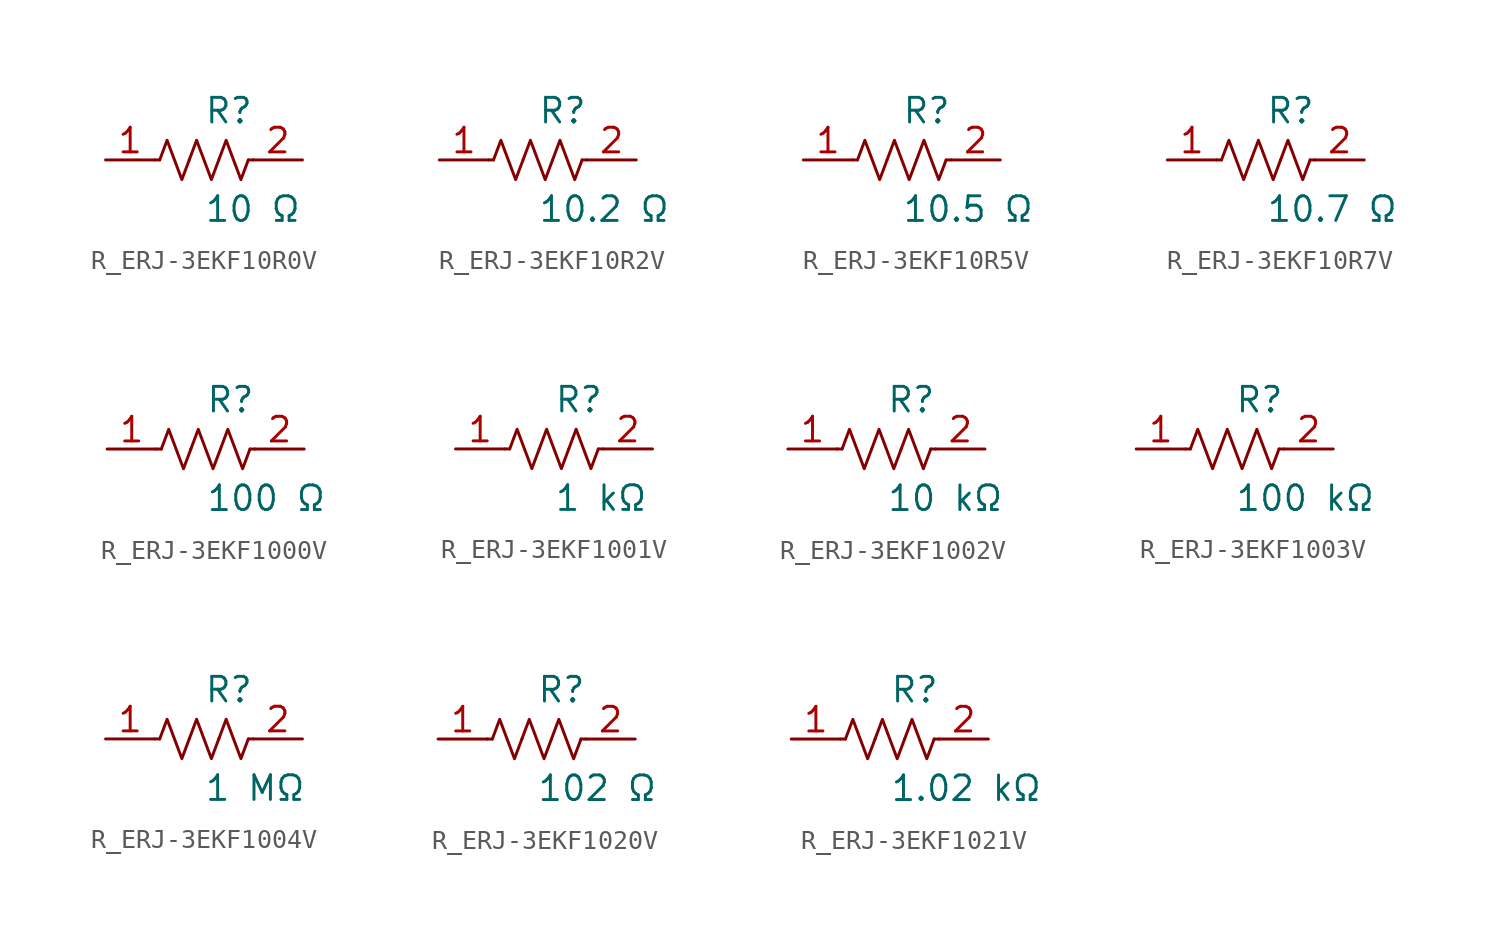
<source format=kicad_sym>
(kicad_symbol_lib
  (version 20231120)
  (generator kicad_symbol_editor)
  (generator_version 8.0)
  (symbol "R_ERJ-3EKF10R0V"
    (pin_names
      (offset 0.254))
    (property "Reference" "R"
      (at 0.0 2.54 0)
      (effects (font (size 1.27 1.27)) (justify left)))
    (property "Value" "10 Ω"
      (at 0.0 -2.54 0)
      (effects (font (size 1.27 1.27)) (justify left)))
    (symbol "R_ERJ-3EKF10R0V_0_1"
      (polyline (pts (xy 2.286 0) (xy 2.54 0)) (stroke (width 0) (type default)) (fill (type none)))
      (polyline (pts (xy -2.286 0) (xy -2.54 0)) (stroke (width 0) (type default)) (fill (type none)))
      (polyline (pts (xy 0.762 0) (xy 1.143 1.016) (xy 1.524 0) (xy 1.905 -1.016) (xy 2.286 0)) (stroke (width 0) (type default)) (fill (type none)))
      (polyline (pts (xy -0.762 0) (xy -0.381 1.016) (xy 0 0) (xy 0.381 -1.016) (xy 0.762 0)) (stroke (width 0) (type default)) (fill (type none)))
      (polyline (pts (xy -2.286 0) (xy -1.905 1.016) (xy -1.524 0) (xy -1.143 -1.016) (xy -0.762 0)) (stroke (width 0) (type default)) (fill (type none))))
    (pin unspecified line
      (at -5.08 0 0)
      (length 2.54)
      (name "" (effects (font (size 1.27 1.27))))
      (number "1" (effects (font (size 1.27 1.27)))))
    (pin unspecified line
      (at 5.08 0 180)
      (length 2.54)
      (name "" (effects (font (size 1.27 1.27))))
      (number "2" (effects (font (size 1.27 1.27))))))
  (symbol "R_ERJ-3EKF10R2V"
    (pin_names
      (offset 0.254))
    (property "Reference" "R"
      (at 0.0 2.54 0)
      (effects (font (size 1.27 1.27)) (justify left)))
    (property "Value" "10.2 Ω"
      (at 0.0 -2.54 0)
      (effects (font (size 1.27 1.27)) (justify left)))
    (symbol "R_ERJ-3EKF10R2V_0_1"
      (polyline (pts (xy 2.286 0) (xy 2.54 0)) (stroke (width 0) (type default)) (fill (type none)))
      (polyline (pts (xy -2.286 0) (xy -2.54 0)) (stroke (width 0) (type default)) (fill (type none)))
      (polyline (pts (xy 0.762 0) (xy 1.143 1.016) (xy 1.524 0) (xy 1.905 -1.016) (xy 2.286 0)) (stroke (width 0) (type default)) (fill (type none)))
      (polyline (pts (xy -0.762 0) (xy -0.381 1.016) (xy 0 0) (xy 0.381 -1.016) (xy 0.762 0)) (stroke (width 0) (type default)) (fill (type none)))
      (polyline (pts (xy -2.286 0) (xy -1.905 1.016) (xy -1.524 0) (xy -1.143 -1.016) (xy -0.762 0)) (stroke (width 0) (type default)) (fill (type none))))
    (pin unspecified line
      (at -5.08 0 0)
      (length 2.54)
      (name "" (effects (font (size 1.27 1.27))))
      (number "1" (effects (font (size 1.27 1.27)))))
    (pin unspecified line
      (at 5.08 0 180)
      (length 2.54)
      (name "" (effects (font (size 1.27 1.27))))
      (number "2" (effects (font (size 1.27 1.27))))))
  (symbol "R_ERJ-3EKF10R5V"
    (pin_names
      (offset 0.254))
    (property "Reference" "R"
      (at 0.0 2.54 0)
      (effects (font (size 1.27 1.27)) (justify left)))
    (property "Value" "10.5 Ω"
      (at 0.0 -2.54 0)
      (effects (font (size 1.27 1.27)) (justify left)))
    (symbol "R_ERJ-3EKF10R5V_0_1"
      (polyline (pts (xy 2.286 0) (xy 2.54 0)) (stroke (width 0) (type default)) (fill (type none)))
      (polyline (pts (xy -2.286 0) (xy -2.54 0)) (stroke (width 0) (type default)) (fill (type none)))
      (polyline (pts (xy 0.762 0) (xy 1.143 1.016) (xy 1.524 0) (xy 1.905 -1.016) (xy 2.286 0)) (stroke (width 0) (type default)) (fill (type none)))
      (polyline (pts (xy -0.762 0) (xy -0.381 1.016) (xy 0 0) (xy 0.381 -1.016) (xy 0.762 0)) (stroke (width 0) (type default)) (fill (type none)))
      (polyline (pts (xy -2.286 0) (xy -1.905 1.016) (xy -1.524 0) (xy -1.143 -1.016) (xy -0.762 0)) (stroke (width 0) (type default)) (fill (type none))))
    (pin unspecified line
      (at -5.08 0 0)
      (length 2.54)
      (name "" (effects (font (size 1.27 1.27))))
      (number "1" (effects (font (size 1.27 1.27)))))
    (pin unspecified line
      (at 5.08 0 180)
      (length 2.54)
      (name "" (effects (font (size 1.27 1.27))))
      (number "2" (effects (font (size 1.27 1.27))))))
  (symbol "R_ERJ-3EKF10R7V"
    (pin_names
      (offset 0.254))
    (property "Reference" "R"
      (at 0.0 2.54 0)
      (effects (font (size 1.27 1.27)) (justify left)))
    (property "Value" "10.7 Ω"
      (at 0.0 -2.54 0)
      (effects (font (size 1.27 1.27)) (justify left)))
    (symbol "R_ERJ-3EKF10R7V_0_1"
      (polyline (pts (xy 2.286 0) (xy 2.54 0)) (stroke (width 0) (type default)) (fill (type none)))
      (polyline (pts (xy -2.286 0) (xy -2.54 0)) (stroke (width 0) (type default)) (fill (type none)))
      (polyline (pts (xy 0.762 0) (xy 1.143 1.016) (xy 1.524 0) (xy 1.905 -1.016) (xy 2.286 0)) (stroke (width 0) (type default)) (fill (type none)))
      (polyline (pts (xy -0.762 0) (xy -0.381 1.016) (xy 0 0) (xy 0.381 -1.016) (xy 0.762 0)) (stroke (width 0) (type default)) (fill (type none)))
      (polyline (pts (xy -2.286 0) (xy -1.905 1.016) (xy -1.524 0) (xy -1.143 -1.016) (xy -0.762 0)) (stroke (width 0) (type default)) (fill (type none))))
    (pin unspecified line
      (at -5.08 0 0)
      (length 2.54)
      (name "" (effects (font (size 1.27 1.27))))
      (number "1" (effects (font (size 1.27 1.27)))))
    (pin unspecified line
      (at 5.08 0 180)
      (length 2.54)
      (name "" (effects (font (size 1.27 1.27))))
      (number "2" (effects (font (size 1.27 1.27))))))
  (symbol "R_ERJ-3EKF1000V"
    (pin_names
      (offset 0.254))
    (property "Reference" "R"
      (at 0.0 2.54 0)
      (effects (font (size 1.27 1.27)) (justify left)))
    (property "Value" "100 Ω"
      (at 0.0 -2.54 0)
      (effects (font (size 1.27 1.27)) (justify left)))
    (symbol "R_ERJ-3EKF1000V_0_1"
      (polyline (pts (xy 2.286 0) (xy 2.54 0)) (stroke (width 0) (type default)) (fill (type none)))
      (polyline (pts (xy -2.286 0) (xy -2.54 0)) (stroke (width 0) (type default)) (fill (type none)))
      (polyline (pts (xy 0.762 0) (xy 1.143 1.016) (xy 1.524 0) (xy 1.905 -1.016) (xy 2.286 0)) (stroke (width 0) (type default)) (fill (type none)))
      (polyline (pts (xy -0.762 0) (xy -0.381 1.016) (xy 0 0) (xy 0.381 -1.016) (xy 0.762 0)) (stroke (width 0) (type default)) (fill (type none)))
      (polyline (pts (xy -2.286 0) (xy -1.905 1.016) (xy -1.524 0) (xy -1.143 -1.016) (xy -0.762 0)) (stroke (width 0) (type default)) (fill (type none))))
    (pin unspecified line
      (at -5.08 0 0)
      (length 2.54)
      (name "" (effects (font (size 1.27 1.27))))
      (number "1" (effects (font (size 1.27 1.27)))))
    (pin unspecified line
      (at 5.08 0 180)
      (length 2.54)
      (name "" (effects (font (size 1.27 1.27))))
      (number "2" (effects (font (size 1.27 1.27))))))
  (symbol "R_ERJ-3EKF1001V"
    (pin_names
      (offset 0.254))
    (property "Reference" "R"
      (at 0.0 2.54 0)
      (effects (font (size 1.27 1.27)) (justify left)))
    (property "Value" "1 kΩ"
      (at 0.0 -2.54 0)
      (effects (font (size 1.27 1.27)) (justify left)))
    (symbol "R_ERJ-3EKF1001V_0_1"
      (polyline (pts (xy 2.286 0) (xy 2.54 0)) (stroke (width 0) (type default)) (fill (type none)))
      (polyline (pts (xy -2.286 0) (xy -2.54 0)) (stroke (width 0) (type default)) (fill (type none)))
      (polyline (pts (xy 0.762 0) (xy 1.143 1.016) (xy 1.524 0) (xy 1.905 -1.016) (xy 2.286 0)) (stroke (width 0) (type default)) (fill (type none)))
      (polyline (pts (xy -0.762 0) (xy -0.381 1.016) (xy 0 0) (xy 0.381 -1.016) (xy 0.762 0)) (stroke (width 0) (type default)) (fill (type none)))
      (polyline (pts (xy -2.286 0) (xy -1.905 1.016) (xy -1.524 0) (xy -1.143 -1.016) (xy -0.762 0)) (stroke (width 0) (type default)) (fill (type none))))
    (pin unspecified line
      (at -5.08 0 0)
      (length 2.54)
      (name "" (effects (font (size 1.27 1.27))))
      (number "1" (effects (font (size 1.27 1.27)))))
    (pin unspecified line
      (at 5.08 0 180)
      (length 2.54)
      (name "" (effects (font (size 1.27 1.27))))
      (number "2" (effects (font (size 1.27 1.27))))))
  (symbol "R_ERJ-3EKF1002V"
    (pin_names
      (offset 0.254))
    (property "Reference" "R"
      (at 0.0 2.54 0)
      (effects (font (size 1.27 1.27)) (justify left)))
    (property "Value" "10 kΩ"
      (at 0.0 -2.54 0)
      (effects (font (size 1.27 1.27)) (justify left)))
    (symbol "R_ERJ-3EKF1002V_0_1"
      (polyline (pts (xy 2.286 0) (xy 2.54 0)) (stroke (width 0) (type default)) (fill (type none)))
      (polyline (pts (xy -2.286 0) (xy -2.54 0)) (stroke (width 0) (type default)) (fill (type none)))
      (polyline (pts (xy 0.762 0) (xy 1.143 1.016) (xy 1.524 0) (xy 1.905 -1.016) (xy 2.286 0)) (stroke (width 0) (type default)) (fill (type none)))
      (polyline (pts (xy -0.762 0) (xy -0.381 1.016) (xy 0 0) (xy 0.381 -1.016) (xy 0.762 0)) (stroke (width 0) (type default)) (fill (type none)))
      (polyline (pts (xy -2.286 0) (xy -1.905 1.016) (xy -1.524 0) (xy -1.143 -1.016) (xy -0.762 0)) (stroke (width 0) (type default)) (fill (type none))))
    (pin unspecified line
      (at -5.08 0 0)
      (length 2.54)
      (name "" (effects (font (size 1.27 1.27))))
      (number "1" (effects (font (size 1.27 1.27)))))
    (pin unspecified line
      (at 5.08 0 180)
      (length 2.54)
      (name "" (effects (font (size 1.27 1.27))))
      (number "2" (effects (font (size 1.27 1.27))))))
  (symbol "R_ERJ-3EKF1003V"
    (pin_names
      (offset 0.254))
    (property "Reference" "R"
      (at 0.0 2.54 0)
      (effects (font (size 1.27 1.27)) (justify left)))
    (property "Value" "100 kΩ"
      (at 0.0 -2.54 0)
      (effects (font (size 1.27 1.27)) (justify left)))
    (symbol "R_ERJ-3EKF1003V_0_1"
      (polyline (pts (xy 2.286 0) (xy 2.54 0)) (stroke (width 0) (type default)) (fill (type none)))
      (polyline (pts (xy -2.286 0) (xy -2.54 0)) (stroke (width 0) (type default)) (fill (type none)))
      (polyline (pts (xy 0.762 0) (xy 1.143 1.016) (xy 1.524 0) (xy 1.905 -1.016) (xy 2.286 0)) (stroke (width 0) (type default)) (fill (type none)))
      (polyline (pts (xy -0.762 0) (xy -0.381 1.016) (xy 0 0) (xy 0.381 -1.016) (xy 0.762 0)) (stroke (width 0) (type default)) (fill (type none)))
      (polyline (pts (xy -2.286 0) (xy -1.905 1.016) (xy -1.524 0) (xy -1.143 -1.016) (xy -0.762 0)) (stroke (width 0) (type default)) (fill (type none))))
    (pin unspecified line
      (at -5.08 0 0)
      (length 2.54)
      (name "" (effects (font (size 1.27 1.27))))
      (number "1" (effects (font (size 1.27 1.27)))))
    (pin unspecified line
      (at 5.08 0 180)
      (length 2.54)
      (name "" (effects (font (size 1.27 1.27))))
      (number "2" (effects (font (size 1.27 1.27))))))
  (symbol "R_ERJ-3EKF1004V"
    (pin_names
      (offset 0.254))
    (property "Reference" "R"
      (at 0.0 2.54 0)
      (effects (font (size 1.27 1.27)) (justify left)))
    (property "Value" "1 MΩ"
      (at 0.0 -2.54 0)
      (effects (font (size 1.27 1.27)) (justify left)))
    (symbol "R_ERJ-3EKF1004V_0_1"
      (polyline (pts (xy 2.286 0) (xy 2.54 0)) (stroke (width 0) (type default)) (fill (type none)))
      (polyline (pts (xy -2.286 0) (xy -2.54 0)) (stroke (width 0) (type default)) (fill (type none)))
      (polyline (pts (xy 0.762 0) (xy 1.143 1.016) (xy 1.524 0) (xy 1.905 -1.016) (xy 2.286 0)) (stroke (width 0) (type default)) (fill (type none)))
      (polyline (pts (xy -0.762 0) (xy -0.381 1.016) (xy 0 0) (xy 0.381 -1.016) (xy 0.762 0)) (stroke (width 0) (type default)) (fill (type none)))
      (polyline (pts (xy -2.286 0) (xy -1.905 1.016) (xy -1.524 0) (xy -1.143 -1.016) (xy -0.762 0)) (stroke (width 0) (type default)) (fill (type none))))
    (pin unspecified line
      (at -5.08 0 0)
      (length 2.54)
      (name "" (effects (font (size 1.27 1.27))))
      (number "1" (effects (font (size 1.27 1.27)))))
    (pin unspecified line
      (at 5.08 0 180)
      (length 2.54)
      (name "" (effects (font (size 1.27 1.27))))
      (number "2" (effects (font (size 1.27 1.27))))))
  (symbol "R_ERJ-3EKF1020V"
    (pin_names
      (offset 0.254))
    (property "Reference" "R"
      (at 0.0 2.54 0)
      (effects (font (size 1.27 1.27)) (justify left)))
    (property "Value" "102 Ω"
      (at 0.0 -2.54 0)
      (effects (font (size 1.27 1.27)) (justify left)))
    (symbol "R_ERJ-3EKF1020V_0_1"
      (polyline (pts (xy 2.286 0) (xy 2.54 0)) (stroke (width 0) (type default)) (fill (type none)))
      (polyline (pts (xy -2.286 0) (xy -2.54 0)) (stroke (width 0) (type default)) (fill (type none)))
      (polyline (pts (xy 0.762 0) (xy 1.143 1.016) (xy 1.524 0) (xy 1.905 -1.016) (xy 2.286 0)) (stroke (width 0) (type default)) (fill (type none)))
      (polyline (pts (xy -0.762 0) (xy -0.381 1.016) (xy 0 0) (xy 0.381 -1.016) (xy 0.762 0)) (stroke (width 0) (type default)) (fill (type none)))
      (polyline (pts (xy -2.286 0) (xy -1.905 1.016) (xy -1.524 0) (xy -1.143 -1.016) (xy -0.762 0)) (stroke (width 0) (type default)) (fill (type none))))
    (pin unspecified line
      (at -5.08 0 0)
      (length 2.54)
      (name "" (effects (font (size 1.27 1.27))))
      (number "1" (effects (font (size 1.27 1.27)))))
    (pin unspecified line
      (at 5.08 0 180)
      (length 2.54)
      (name "" (effects (font (size 1.27 1.27))))
      (number "2" (effects (font (size 1.27 1.27))))))
  (symbol "R_ERJ-3EKF1021V"
    (pin_names
      (offset 0.254))
    (property "Reference" "R"
      (at 0.0 2.54 0)
      (effects (font (size 1.27 1.27)) (justify left)))
    (property "Value" "1.02 kΩ"
      (at 0.0 -2.54 0)
      (effects (font (size 1.27 1.27)) (justify left)))
    (symbol "R_ERJ-3EKF1021V_0_1"
      (polyline (pts (xy 2.286 0) (xy 2.54 0)) (stroke (width 0) (type default)) (fill (type none)))
      (polyline (pts (xy -2.286 0) (xy -2.54 0)) (stroke (width 0) (type default)) (fill (type none)))
      (polyline (pts (xy 0.762 0) (xy 1.143 1.016) (xy 1.524 0) (xy 1.905 -1.016) (xy 2.286 0)) (stroke (width 0) (type default)) (fill (type none)))
      (polyline (pts (xy -0.762 0) (xy -0.381 1.016) (xy 0 0) (xy 0.381 -1.016) (xy 0.762 0)) (stroke (width 0) (type default)) (fill (type none)))
      (polyline (pts (xy -2.286 0) (xy -1.905 1.016) (xy -1.524 0) (xy -1.143 -1.016) (xy -0.762 0)) (stroke (width 0) (type default)) (fill (type none))))
    (pin unspecified line
      (at -5.08 0 0)
      (length 2.54)
      (name "" (effects (font (size 1.27 1.27))))
      (number "1" (effects (font (size 1.27 1.27)))))
    (pin unspecified line
      (at 5.08 0 180)
      (length 2.54)
      (name "" (effects (font (size 1.27 1.27))))
      (number "2" (effects (font (size 1.27 1.27)))))))
</source>
